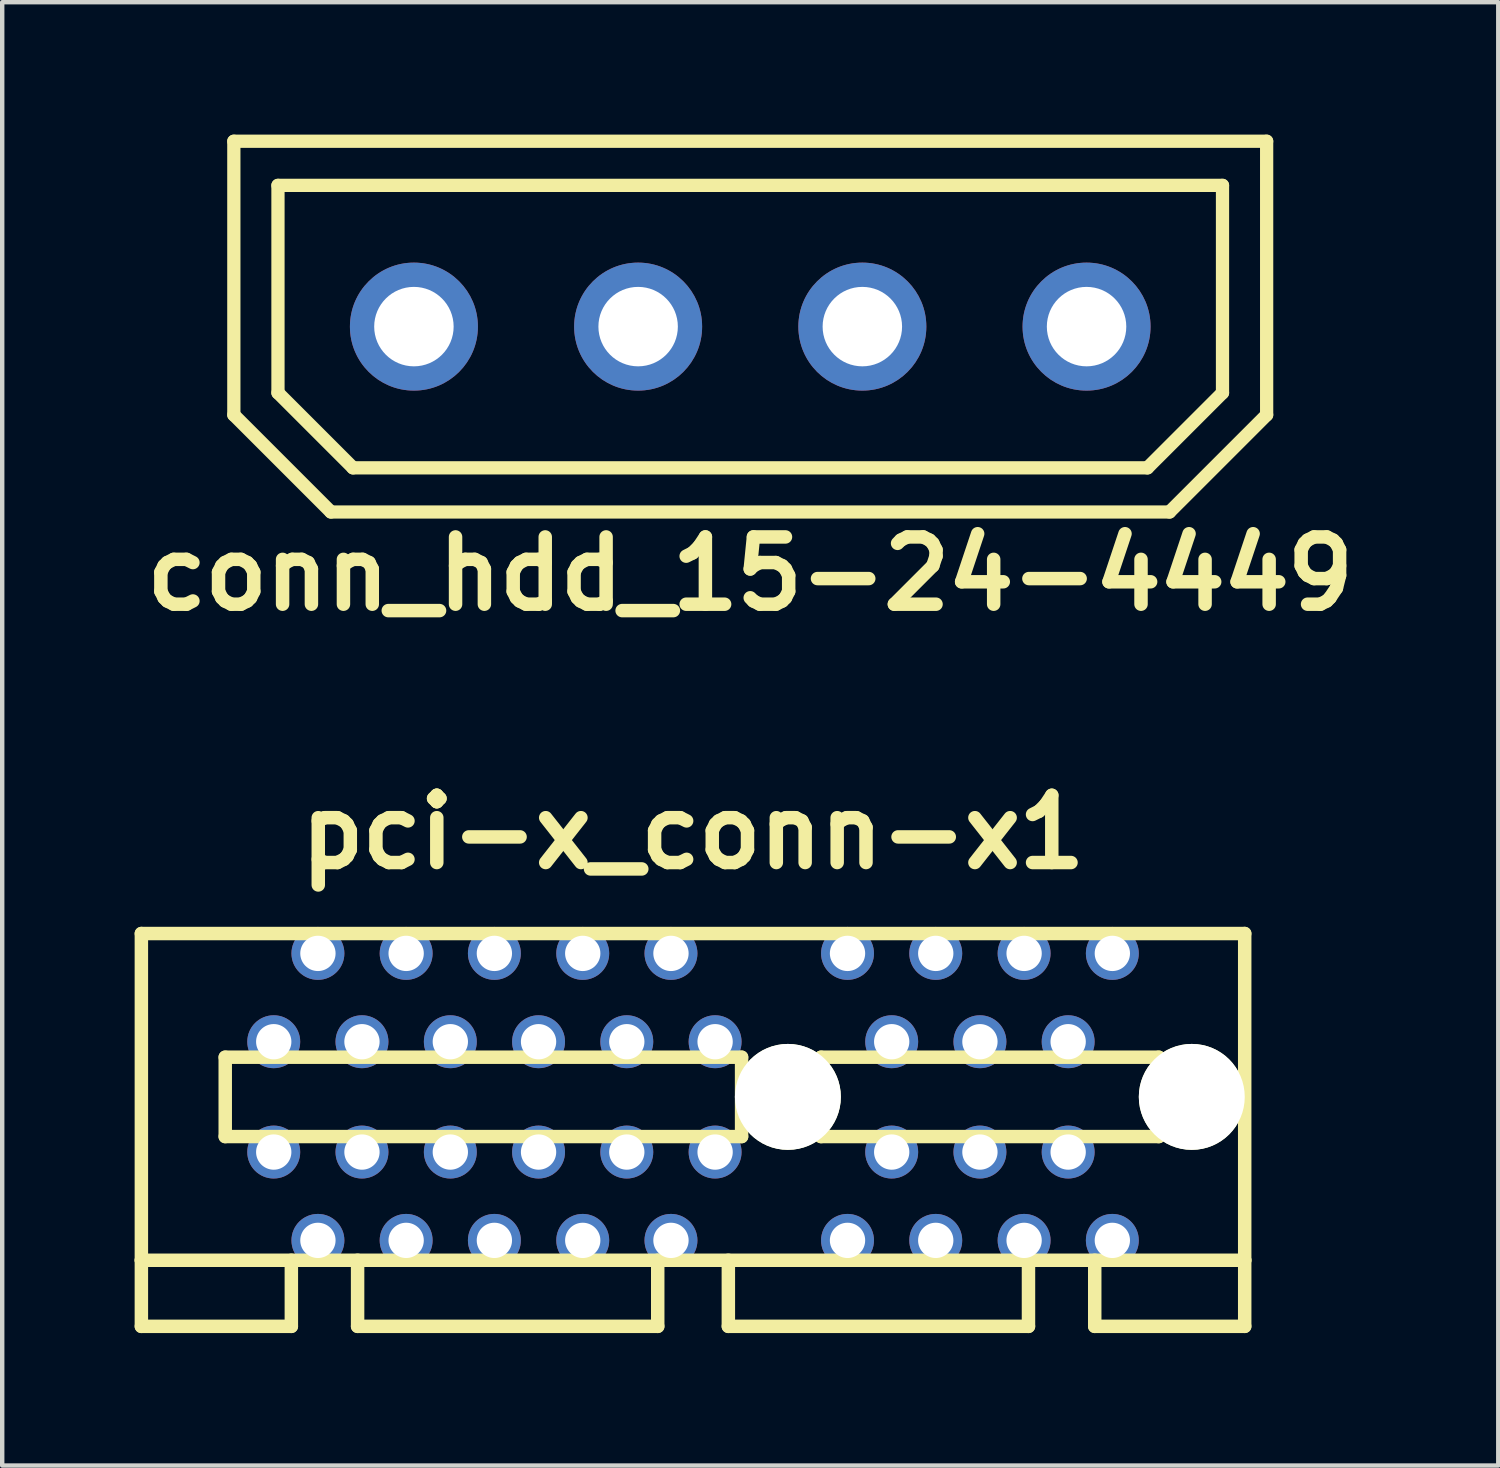
<source format=kicad_pcb>
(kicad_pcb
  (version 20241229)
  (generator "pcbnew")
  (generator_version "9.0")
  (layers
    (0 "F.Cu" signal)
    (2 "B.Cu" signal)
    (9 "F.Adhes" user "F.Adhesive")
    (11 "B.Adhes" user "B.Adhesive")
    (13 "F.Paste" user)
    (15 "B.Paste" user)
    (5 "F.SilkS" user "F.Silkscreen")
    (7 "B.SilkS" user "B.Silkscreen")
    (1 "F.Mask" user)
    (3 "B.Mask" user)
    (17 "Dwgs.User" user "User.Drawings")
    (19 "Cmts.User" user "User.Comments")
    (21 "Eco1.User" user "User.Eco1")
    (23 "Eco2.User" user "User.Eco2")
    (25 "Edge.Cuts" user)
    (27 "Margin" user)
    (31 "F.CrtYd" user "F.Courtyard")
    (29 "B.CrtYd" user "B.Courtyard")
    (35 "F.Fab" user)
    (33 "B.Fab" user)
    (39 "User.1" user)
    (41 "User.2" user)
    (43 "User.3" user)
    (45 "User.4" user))
  (footprint "pci-x_conn-x1"
    (layer "F.Cu")
    (at 12.652 21.802)
    (property "Reference" "pci-x_conn-x1" (at 0 -5.999 0) (layer "F.SilkS") (effects (font (size 1.524 1.524) (thickness 0.305))))
    (attr through_hole)
    (fp_line (start -12.499 -3.701) (end -12.499 3.701) (stroke (width 0.305) (type solid)) (layer "F.SilkS"))
    (fp_line (start -12.499 3.701) (end -12.499 5.199) (stroke (width 0.305) (type solid)) (layer "F.SilkS"))
    (fp_line (start -12.499 3.701) (end 12.499 3.701) (stroke (width 0.305) (type solid)) (layer "F.SilkS"))
    (fp_line (start -12.499 5.199) (end -9.101 5.199) (stroke (width 0.305) (type solid)) (layer "F.SilkS"))
    (fp_line (start -10.599 -0.899) (end -10.599 0.899) (stroke (width 0.305) (type solid)) (layer "F.SilkS"))
    (fp_line (start -9.101 5.199) (end -9.101 3.701) (stroke (width 0.305) (type solid)) (layer "F.SilkS"))
    (fp_line (start -7.6 3.701) (end -7.6 5.199) (stroke (width 0.305) (type solid)) (layer "F.SilkS"))
    (fp_line (start -7.6 5.199) (end -0.8 5.199) (stroke (width 0.305) (type solid)) (layer "F.SilkS"))
    (fp_line (start -0.8 5.199) (end -0.8 3.701) (stroke (width 0.305) (type solid)) (layer "F.SilkS"))
    (fp_line (start 0.8 3.701) (end 0.8 5.199) (stroke (width 0.305) (type solid)) (layer "F.SilkS"))
    (fp_line (start 0.8 5.199) (end 7.6 5.199) (stroke (width 0.305) (type solid)) (layer "F.SilkS"))
    (fp_line (start 1.1 -0.899) (end -10.599 -0.899) (stroke (width 0.305) (type solid)) (layer "F.SilkS"))
    (fp_line (start 1.1 0.899) (end -10.599 0.899) (stroke (width 0.305) (type solid)) (layer "F.SilkS"))
    (fp_line (start 1.1 0.899) (end 1.1 -0.899) (stroke (width 0.305) (type solid)) (layer "F.SilkS"))
    (fp_line (start 2.901 -0.899) (end 10.551 -0.899) (stroke (width 0.305) (type solid)) (layer "F.SilkS"))
    (fp_line (start 2.901 0.899) (end 2.901 -0.899) (stroke (width 0.305) (type solid)) (layer "F.SilkS"))
    (fp_line (start 7.6 5.199) (end 7.6 3.701) (stroke (width 0.305) (type solid)) (layer "F.SilkS"))
    (fp_line (start 9.101 3.701) (end 9.101 5.199) (stroke (width 0.305) (type solid)) (layer "F.SilkS"))
    (fp_line (start 9.101 5.199) (end 12.499 5.199) (stroke (width 0.305) (type solid)) (layer "F.SilkS"))
    (fp_line (start 10.551 -0.899) (end 10.551 0.899) (stroke (width 0.305) (type solid)) (layer "F.SilkS"))
    (fp_line (start 10.551 0.899) (end 2.901 0.899) (stroke (width 0.305) (type solid)) (layer "F.SilkS"))
    (fp_line (start 12.499 -3.701) (end -12.499 -3.701) (stroke (width 0.305) (type solid)) (layer "F.SilkS"))
    (fp_line (start 12.499 3.701) (end 12.499 -3.701) (stroke (width 0.305) (type solid)) (layer "F.SilkS"))
    (fp_line (start 12.499 5.199) (end 12.499 3.701) (stroke (width 0.305) (type solid)) (layer "F.SilkS"))
    (pad "" np_thru_hole circle (at 2.149 0) (size 2.4 2.4) (drill 2.4) (layers "*.Cu" "F.SilkS"))
    (pad "" np_thru_hole circle (at 11.3 0) (size 2.4 2.4) (drill 2.4) (layers "*.Cu" "F.SilkS"))
    (pad "A1" thru_hole circle (at -9.5 -1.25) (size 1.199 1.199) (drill 0.8) (layers "*.Cu" "*.Mask"))
    (pad "A2" thru_hole circle (at -8.499 -3.251) (size 1.199 1.199) (drill 0.8) (layers "*.Cu" "*.Mask"))
    (pad "A3" thru_hole circle (at -7.501 -1.25) (size 1.199 1.199) (drill 0.8) (layers "*.Cu" "*.Mask"))
    (pad "A4" thru_hole circle (at -6.5 -3.251) (size 1.199 1.199) (drill 0.8) (layers "*.Cu" "*.Mask"))
    (pad "A5" thru_hole circle (at -5.499 -1.25) (size 1.199 1.199) (drill 0.8) (layers "*.Cu" "*.Mask"))
    (pad "A6" thru_hole circle (at -4.501 -3.251) (size 1.199 1.199) (drill 0.8) (layers "*.Cu" "*.Mask"))
    (pad "A7" thru_hole circle (at -3.5 -1.25) (size 1.199 1.199) (drill 0.8) (layers "*.Cu" "*.Mask"))
    (pad "A8" thru_hole circle (at -2.499 -3.251) (size 1.199 1.199) (drill 0.8) (layers "*.Cu" "*.Mask"))
    (pad "A9" thru_hole circle (at -1.501 -1.25) (size 1.199 1.199) (drill 0.8) (layers "*.Cu" "*.Mask"))
    (pad "A10" thru_hole circle (at -0.5 -3.251) (size 1.199 1.199) (drill 0.8) (layers "*.Cu" "*.Mask"))
    (pad "A11" thru_hole circle (at 0.5 -1.25) (size 1.199 1.199) (drill 0.8) (layers "*.Cu" "*.Mask"))
    (pad "A12" thru_hole circle (at 3.5 -3.251) (size 1.199 1.199) (drill 0.8) (layers "*.Cu" "*.Mask"))
    (pad "A13" thru_hole circle (at 4.501 -1.25) (size 1.199 1.199) (drill 0.8) (layers "*.Cu" "*.Mask"))
    (pad "A14" thru_hole circle (at 5.499 -3.251) (size 1.199 1.199) (drill 0.8) (layers "*.Cu" "*.Mask"))
    (pad "A15" thru_hole circle (at 6.5 -1.25) (size 1.199 1.199) (drill 0.8) (layers "*.Cu" "*.Mask"))
    (pad "A16" thru_hole circle (at 7.501 -3.251) (size 1.199 1.199) (drill 0.8) (layers "*.Cu" "*.Mask"))
    (pad "A17" thru_hole circle (at 8.499 -1.25) (size 1.199 1.199) (drill 0.8) (layers "*.Cu" "*.Mask"))
    (pad "A18" thru_hole circle (at 9.5 -3.251) (size 1.199 1.199) (drill 0.8) (layers "*.Cu" "*.Mask"))
    (pad "B1" thru_hole circle (at -9.5 1.25) (size 1.199 1.199) (drill 0.8) (layers "*.Cu" "*.Mask"))
    (pad "B2" thru_hole circle (at -8.499 3.251) (size 1.199 1.199) (drill 0.8) (layers "*.Cu" "*.Mask"))
    (pad "B3" thru_hole circle (at -7.501 1.25) (size 1.199 1.199) (drill 0.8) (layers "*.Cu" "*.Mask"))
    (pad "B4" thru_hole circle (at -6.5 3.251) (size 1.199 1.199) (drill 0.8) (layers "*.Cu" "*.Mask"))
    (pad "B5" thru_hole circle (at -5.499 1.25) (size 1.199 1.199) (drill 0.8) (layers "*.Cu" "*.Mask"))
    (pad "B6" thru_hole circle (at -4.501 3.251) (size 1.199 1.199) (drill 0.8) (layers "*.Cu" "*.Mask"))
    (pad "B7" thru_hole circle (at -3.5 1.25) (size 1.199 1.199) (drill 0.8) (layers "*.Cu" "*.Mask"))
    (pad "B8" thru_hole circle (at -2.499 3.251) (size 1.199 1.199) (drill 0.8) (layers "*.Cu" "*.Mask"))
    (pad "B9" thru_hole circle (at -1.501 1.25) (size 1.199 1.199) (drill 0.8) (layers "*.Cu" "*.Mask"))
    (pad "B10" thru_hole circle (at -0.5 3.251) (size 1.199 1.199) (drill 0.8) (layers "*.Cu" "*.Mask"))
    (pad "B11" thru_hole circle (at 0.5 1.25) (size 1.199 1.199) (drill 0.8) (layers "*.Cu" "*.Mask"))
    (pad "B12" thru_hole circle (at 3.5 3.251) (size 1.199 1.199) (drill 0.8) (layers "*.Cu" "*.Mask"))
    (pad "B13" thru_hole circle (at 4.501 1.25) (size 1.199 1.199) (drill 0.8) (layers "*.Cu" "*.Mask"))
    (pad "B14" thru_hole circle (at 5.499 3.251) (size 1.199 1.199) (drill 0.8) (layers "*.Cu" "*.Mask"))
    (pad "B15" thru_hole circle (at 6.5 1.25) (size 1.199 1.199) (drill 0.8) (layers "*.Cu" "*.Mask"))
    (pad "B16" thru_hole circle (at 7.501 3.251) (size 1.199 1.199) (drill 0.8) (layers "*.Cu" "*.Mask"))
    (pad "B17" thru_hole circle (at 8.499 1.25) (size 1.199 1.199) (drill 0.8) (layers "*.Cu" "*.Mask"))
    (pad "B18" thru_hole circle (at 9.5 3.251) (size 1.199 1.199) (drill 0.8) (layers "*.Cu" "*.Mask")))
  (footprint "conn_hdd_15-24-4449"
    (layer "F.Cu")
    (at 13.948 4.35)
    (property "Reference" "conn_hdd_15-24-4449" (at 0 5.6 0) (layer "F.SilkS") (effects (font (size 1.524 1.524) (thickness 0.305))))
    (attr through_hole)
    (fp_line (start -11.7 -4.2) (end -11.7 2) (stroke (width 0.3) (type solid)) (layer "F.SilkS"))
    (fp_line (start -11.7 -4.2) (end 11.7 -4.2) (stroke (width 0.3) (type solid)) (layer "F.SilkS"))
    (fp_line (start -10.7 -3.2) (end -10.7 1.5) (stroke (width 0.3) (type solid)) (layer "F.SilkS"))
    (fp_line (start -10.7 -3.2) (end 10.7 -3.2) (stroke (width 0.3) (type solid)) (layer "F.SilkS"))
    (fp_line (start -9.5 4.2) (end -11.7 2) (stroke (width 0.3) (type solid)) (layer "F.SilkS"))
    (fp_line (start -9.5 4.2) (end 9.5 4.2) (stroke (width 0.3) (type solid)) (layer "F.SilkS"))
    (fp_line (start -9 3.2) (end -10.7 1.5) (stroke (width 0.3) (type solid)) (layer "F.SilkS"))
    (fp_line (start -9 3.2) (end 9 3.2) (stroke (width 0.3) (type solid)) (layer "F.SilkS"))
    (fp_line (start 9 3.2) (end 10.7 1.5) (stroke (width 0.3) (type solid)) (layer "F.SilkS"))
    (fp_line (start 9.5 4.2) (end 11.7 2) (stroke (width 0.3) (type solid)) (layer "F.SilkS"))
    (fp_line (start 10.7 -3.2) (end 10.7 1.5) (stroke (width 0.3) (type solid)) (layer "F.SilkS"))
    (fp_line (start 11.7 -4.2) (end 11.7 2) (stroke (width 0.3) (type solid)) (layer "F.SilkS"))
    (pad "1" thru_hole circle (at -7.62 0) (size 2.9 2.9) (drill 1.8) (layers "*.Cu" "*.Mask"))
    (pad "2" thru_hole circle (at -2.54 0) (size 2.9 2.9) (drill 1.8) (layers "*.Cu" "*.Mask"))
    (pad "3" thru_hole circle (at 2.54 0) (size 2.9 2.9) (drill 1.8) (layers "*.Cu" "*.Mask"))
    (pad "4" thru_hole circle (at 7.62 0) (size 2.9 2.9) (drill 1.8) (layers "*.Cu" "*.Mask")))
  (gr_rect
    (start -3 -3)
    (end 30.896 30.154)
    (stroke (width 0.1) (type default))
    (fill no)
    (layer "Edge.Cuts")))
</source>
